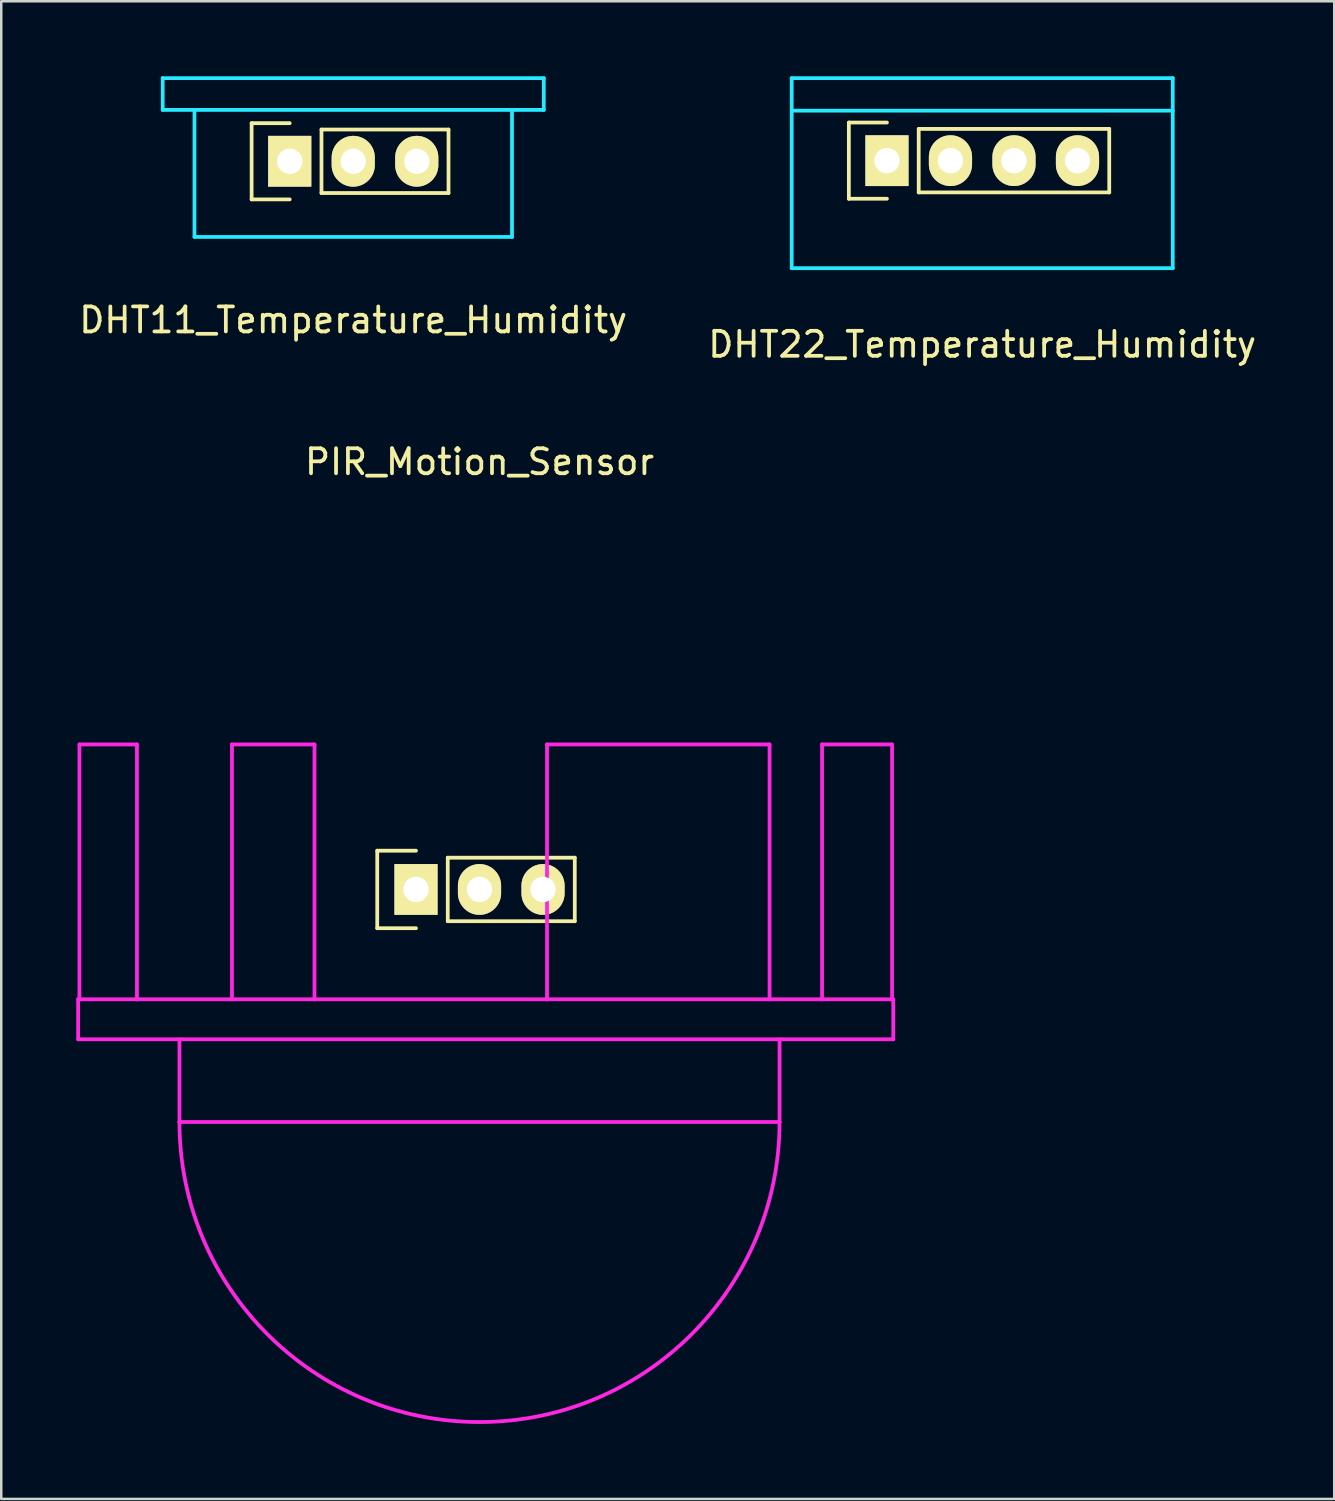
<source format=kicad_pcb>
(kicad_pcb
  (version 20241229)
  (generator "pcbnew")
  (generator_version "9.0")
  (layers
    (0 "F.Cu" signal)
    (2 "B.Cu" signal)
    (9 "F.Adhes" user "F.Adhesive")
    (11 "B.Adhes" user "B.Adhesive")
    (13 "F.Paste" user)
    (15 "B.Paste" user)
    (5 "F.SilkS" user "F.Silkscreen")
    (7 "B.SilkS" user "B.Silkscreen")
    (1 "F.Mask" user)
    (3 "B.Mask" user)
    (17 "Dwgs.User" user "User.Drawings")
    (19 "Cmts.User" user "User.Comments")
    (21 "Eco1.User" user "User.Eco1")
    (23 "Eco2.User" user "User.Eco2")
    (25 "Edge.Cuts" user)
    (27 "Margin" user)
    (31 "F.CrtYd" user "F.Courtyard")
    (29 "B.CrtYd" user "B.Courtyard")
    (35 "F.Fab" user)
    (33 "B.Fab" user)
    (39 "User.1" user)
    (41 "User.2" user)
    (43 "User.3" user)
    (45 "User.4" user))
  (footprint "DHT22_Temperature_Humidity"
    (layer "F.Cu")
    (at 36.232 3.375)
    (property "Reference" "DHT22_Temperature_Humidity" (at 0 7.35 0) (layer "F.SilkS") (effects (font (size 1 1) (thickness 0.15))))
    (attr through_hole)
    (fp_line (start -5.334 -1.524) (end -5.334 1.524) (stroke (width 0.15) (type solid)) (layer "F.SilkS"))
    (fp_line (start -5.334 1.524) (end -3.81 1.524) (stroke (width 0.15) (type solid)) (layer "F.SilkS"))
    (fp_line (start -3.81 -1.524) (end -5.334 -1.524) (stroke (width 0.15) (type solid)) (layer "F.SilkS"))
    (fp_line (start -2.54 -1.27) (end 5.08 -1.27) (stroke (width 0.15) (type solid)) (layer "F.SilkS"))
    (fp_line (start -2.54 1.27) (end -2.54 -1.27) (stroke (width 0.15) (type solid)) (layer "F.SilkS"))
    (fp_line (start 5.08 -1.27) (end 5.08 1.27) (stroke (width 0.15) (type solid)) (layer "F.SilkS"))
    (fp_line (start 5.08 1.27) (end -2.54 1.27) (stroke (width 0.15) (type solid)) (layer "F.SilkS"))
    (fp_line (start -7.62 -3.3) (end -7.62 4.3) (stroke (width 0.15) (type solid)) (layer "B.CrtYd"))
    (fp_line (start -7.62 -3.3) (end 7.62 -3.3) (stroke (width 0.15) (type solid)) (layer "B.CrtYd"))
    (fp_line (start -7.62 -2) (end 7.62 -2) (stroke (width 0.15) (type solid)) (layer "B.CrtYd"))
    (fp_line (start -7.62 4.3) (end 7.62 4.3) (stroke (width 0.15) (type solid)) (layer "B.CrtYd"))
    (fp_line (start 7.62 -3.3) (end 7.62 4.3) (stroke (width 0.15) (type solid)) (layer "B.CrtYd"))
    (pad "1" thru_hole rect (at -3.81 0 90) (size 2.032 1.727) (drill 1.016) (layers "*.Cu" "*.Mask" "F.SilkS"))
    (pad "2" thru_hole oval (at -1.27 0 90) (size 2.032 1.727) (drill 1.016) (layers "*.Cu" "*.Mask" "F.SilkS"))
    (pad "3" thru_hole oval (at 1.27 0 90) (size 2.032 1.727) (drill 1.016) (layers "*.Cu" "*.Mask" "F.SilkS"))
    (pad "4" thru_hole oval (at 3.81 0 90) (size 2.032 1.727) (drill 1.016) (layers "*.Cu" "*.Mask" "F.SilkS")))
  (footprint "PIR_Motion_Sensor"
    (layer "F.Cu")
    (at 16.127 32.522)
    (property "Reference" "PIR_Motion_Sensor" (at 0 -17.1 0) (layer "F.SilkS") (effects (font (size 1 1) (thickness 0.15))))
    (attr through_hole)
    (fp_line (start -4.09 -1.55) (end -2.54 -1.55) (stroke (width 0.15) (type solid)) (layer "F.SilkS"))
    (fp_line (start -4.09 1.55) (end -4.09 -1.55) (stroke (width 0.15) (type solid)) (layer "F.SilkS"))
    (fp_line (start -2.54 1.55) (end -4.09 1.55) (stroke (width 0.15) (type solid)) (layer "F.SilkS"))
    (fp_line (start -1.27 -1.27) (end -1.27 1.27) (stroke (width 0.15) (type solid)) (layer "F.SilkS"))
    (fp_line (start -1.27 1.27) (end 3.81 1.27) (stroke (width 0.15) (type solid)) (layer "F.SilkS"))
    (fp_line (start 3.81 -1.27) (end -1.27 -1.27) (stroke (width 0.15) (type solid)) (layer "F.SilkS"))
    (fp_line (start 3.81 1.27) (end 3.81 -1.27) (stroke (width 0.15) (type solid)) (layer "F.SilkS"))
    (fp_line (start -16.052 4.393) (end 16.548 4.393) (stroke (width 0.15) (type solid)) (layer "F.CrtYd"))
    (fp_line (start -16.052 5.993) (end -16.052 4.393) (stroke (width 0.15) (type solid)) (layer "F.CrtYd"))
    (fp_line (start -16 -5.8) (end -13.7 -5.8) (stroke (width 0.15) (type solid)) (layer "F.CrtYd"))
    (fp_line (start -16 4.4) (end -16 -5.8) (stroke (width 0.15) (type solid)) (layer "F.CrtYd"))
    (fp_line (start -13.7 -5.8) (end -13.7 4.4) (stroke (width 0.15) (type solid)) (layer "F.CrtYd"))
    (fp_line (start -12 6) (end -12 9.3) (stroke (width 0.15) (type solid)) (layer "F.CrtYd"))
    (fp_line (start -12 9.3) (end 12 9.3) (stroke (width 0.15) (type solid)) (layer "F.CrtYd"))
    (fp_line (start -9.9 -5.8) (end -6.6 -5.8) (stroke (width 0.15) (type solid)) (layer "F.CrtYd"))
    (fp_line (start -9.9 4.4) (end -9.9 -5.8) (stroke (width 0.15) (type solid)) (layer "F.CrtYd"))
    (fp_line (start -6.6 -5.8) (end -6.6 4.4) (stroke (width 0.15) (type solid)) (layer "F.CrtYd"))
    (fp_line (start 2.7 -5.8) (end 2.7 4.4) (stroke (width 0.15) (type solid)) (layer "F.CrtYd"))
    (fp_line (start 11.6 -5.8) (end 2.7 -5.8) (stroke (width 0.15) (type solid)) (layer "F.CrtYd"))
    (fp_line (start 11.6 4.4) (end 11.6 -5.8) (stroke (width 0.15) (type solid)) (layer "F.CrtYd"))
    (fp_line (start 12 9.3) (end 12 6) (stroke (width 0.15) (type solid)) (layer "F.CrtYd"))
    (fp_line (start 13.7 -5.8) (end 13.7 4.4) (stroke (width 0.15) (type solid)) (layer "F.CrtYd"))
    (fp_line (start 16.5 -5.8) (end 13.7 -5.8) (stroke (width 0.15) (type solid)) (layer "F.CrtYd"))
    (fp_line (start 16.5 4.4) (end 16.5 -5.8) (stroke (width 0.15) (type solid)) (layer "F.CrtYd"))
    (fp_line (start 16.548 4.393) (end 16.548 5.993) (stroke (width 0.15) (type solid)) (layer "F.CrtYd"))
    (fp_line (start 16.548 5.993) (end -16.052 5.993) (stroke (width 0.15) (type solid)) (layer "F.CrtYd"))
    (fp_arc (start 12 9.3) (mid 0 21.3) (end -12 9.3) (stroke (width 0.15) (type solid)) (layer "F.CrtYd"))
    (pad "1" thru_hole rect (at -2.54 0 90) (size 2.032 1.727) (drill 1.016) (layers "*.Cu" "*.Mask" "F.SilkS"))
    (pad "2" thru_hole oval (at 0 0 90) (size 2.032 1.727) (drill 1.016) (layers "*.Cu" "*.Mask" "F.SilkS"))
    (pad "3" thru_hole oval (at 2.54 0 90) (size 2.032 1.727) (drill 1.016) (layers "*.Cu" "*.Mask" "F.SilkS")))
  (footprint "DHT11_Temperature_Humidity"
    (layer "F.Cu")
    (at 11.077 3.4)
    (property "Reference" "DHT11_Temperature_Humidity" (at 0 6.35 0) (layer "F.SilkS") (effects (font (size 1 1) (thickness 0.15))))
    (attr through_hole)
    (fp_line (start -4.064 -1.524) (end -4.064 1.524) (stroke (width 0.15) (type solid)) (layer "F.SilkS"))
    (fp_line (start -4.064 1.524) (end -2.54 1.524) (stroke (width 0.15) (type solid)) (layer "F.SilkS"))
    (fp_line (start -2.54 -1.524) (end -4.064 -1.524) (stroke (width 0.15) (type solid)) (layer "F.SilkS"))
    (fp_line (start -1.27 -1.27) (end 3.81 -1.27) (stroke (width 0.15) (type solid)) (layer "F.SilkS"))
    (fp_line (start -1.27 1.27) (end -1.27 -1.27) (stroke (width 0.15) (type solid)) (layer "F.SilkS"))
    (fp_line (start 3.81 -1.27) (end 3.81 1.27) (stroke (width 0.15) (type solid)) (layer "F.SilkS"))
    (fp_line (start 3.81 1.27) (end -1.27 1.27) (stroke (width 0.15) (type solid)) (layer "F.SilkS"))
    (fp_line (start -7.62 -3.325) (end 7.62 -3.325) (stroke (width 0.15) (type solid)) (layer "B.CrtYd"))
    (fp_line (start -7.62 -2.055) (end -7.62 -3.325) (stroke (width 0.15) (type solid)) (layer "B.CrtYd"))
    (fp_line (start -6.35 -2.055) (end -6.35 3.025) (stroke (width 0.15) (type solid)) (layer "B.CrtYd"))
    (fp_line (start -6.35 3.025) (end 6.35 3.025) (stroke (width 0.15) (type solid)) (layer "B.CrtYd"))
    (fp_line (start 6.35 3.025) (end 6.35 -2.055) (stroke (width 0.15) (type solid)) (layer "B.CrtYd"))
    (fp_line (start 7.62 -3.325) (end 7.62 -2.055) (stroke (width 0.15) (type solid)) (layer "B.CrtYd"))
    (fp_line (start 7.62 -2.055) (end -7.62 -2.055) (stroke (width 0.15) (type solid)) (layer "B.CrtYd"))
    (pad "1" thru_hole rect (at -2.54 0 90) (size 2.032 1.727) (drill 1.016) (layers "*.Cu" "*.Mask" "F.SilkS"))
    (pad "2" thru_hole oval (at 0 0 90) (size 2.032 1.727) (drill 1.016) (layers "*.Cu" "*.Mask" "F.SilkS"))
    (pad "3" thru_hole oval (at 2.54 0 90) (size 2.032 1.727) (drill 1.016) (layers "*.Cu" "*.Mask" "F.SilkS")))
  (gr_rect
    (start -3 -3)
    (end 50.31 56.897)
    (stroke (width 0.1) (type default))
    (fill no)
    (layer "Edge.Cuts")))
</source>
